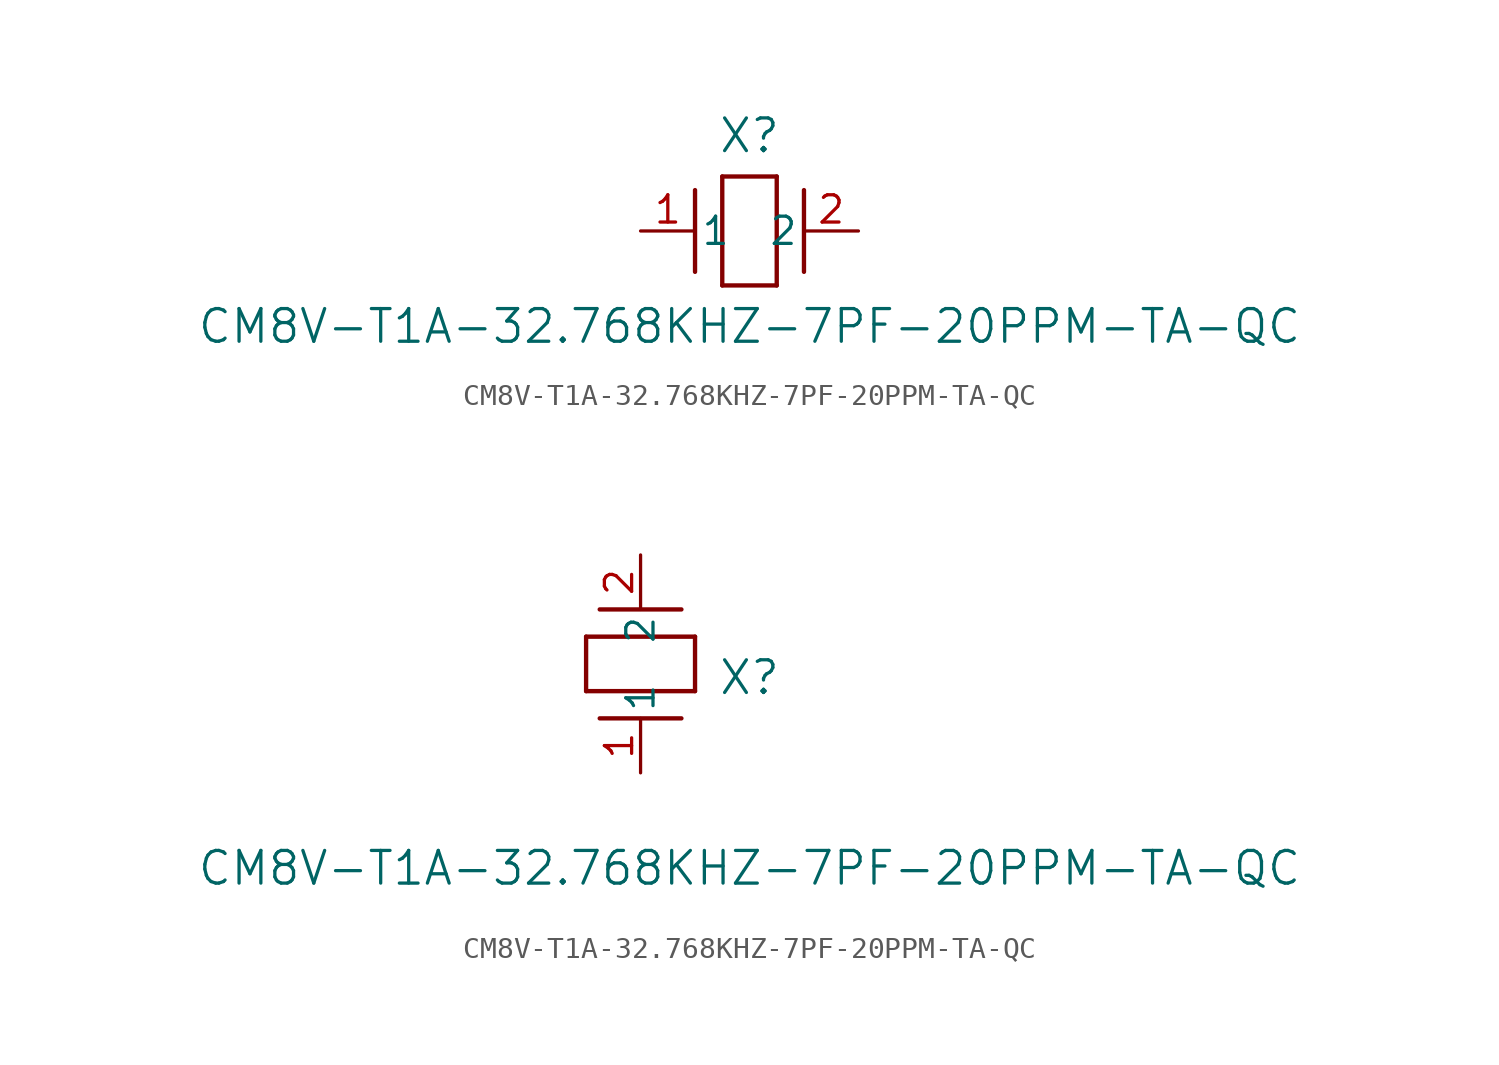
<source format=kicad_sym>
(kicad_symbol_lib
  (version 20211014)
  (generator kicad_symbol_editor)
  (symbol "CM8V-T1A-32.768KHZ-7PF-20PPM-TA-QC"
    (pin_names
      (offset 0.254))
    (property "Reference" "X"
      (at 5.08 4.445 0)
      (effects (font (size 1.524 1.524))))
    (property "Value" "CM8V-T1A-32.768KHZ-7PF-20PPM-TA-QC"
      (at 5.08 -4.445 0)
      (effects (font (size 1.524 1.524))))
    (symbol "CM8V-T1A-32.768KHZ-7PF-20PPM-TA-QC_1_1"
      (polyline (pts (xy 2.54 -1.905) (xy 2.54 1.905)) (stroke (width 0.203) (type default) (color 0 0 0 0)) (fill (type none)))
      (polyline (pts (xy 6.35 2.54) (xy 6.35 -2.54)) (stroke (width 0.203) (type default) (color 0 0 0 0)) (fill (type none)))
      (polyline (pts (xy 7.62 -1.905) (xy 7.62 1.905)) (stroke (width 0.203) (type default) (color 0 0 0 0)) (fill (type none)))
      (polyline (pts (xy 6.35 -2.54) (xy 3.81 -2.54)) (stroke (width 0.203) (type default) (color 0 0 0 0)) (fill (type none)))
      (polyline (pts (xy 3.81 2.54) (xy 6.35 2.54)) (stroke (width 0.203) (type default) (color 0 0 0 0)) (fill (type none)))
      (polyline (pts (xy 3.81 -2.54) (xy 3.81 2.54)) (stroke (width 0.203) (type default) (color 0 0 0 0)) (fill (type none)))
      (pin unspecified line (at 0 0 0) (length 2.54) (name "1" (effects (font (size 1.27 1.27)))) (number "1" (effects (font (size 1.27 1.27)))))
      (pin unspecified line (at 10.16 0 180) (length 2.54) (name "2" (effects (font (size 1.27 1.27)))) (number "2" (effects (font (size 1.27 1.27))))))
    (symbol "CM8V-T1A-32.768KHZ-7PF-20PPM-TA-QC_1_2"
      (polyline (pts (xy 1.905 7.62) (xy -1.905 7.62)) (stroke (width 0.203) (type default) (color 0 0 0 0)) (fill (type none)))
      (polyline (pts (xy -2.54 3.81) (xy -2.54 6.35)) (stroke (width 0.203) (type default) (color 0 0 0 0)) (fill (type none)))
      (polyline (pts (xy 1.905 2.54) (xy -1.905 2.54)) (stroke (width 0.203) (type default) (color 0 0 0 0)) (fill (type none)))
      (polyline (pts (xy 2.54 6.35) (xy 2.54 3.81)) (stroke (width 0.203) (type default) (color 0 0 0 0)) (fill (type none)))
      (polyline (pts (xy -2.54 6.35) (xy 2.54 6.35)) (stroke (width 0.203) (type default) (color 0 0 0 0)) (fill (type none)))
      (polyline (pts (xy 2.54 3.81) (xy -2.54 3.81)) (stroke (width 0.203) (type default) (color 0 0 0 0)) (fill (type none)))
      (pin unspecified line (at 0 0 90) (length 2.54) (name "1" (effects (font (size 1.27 1.27)))) (number "1" (effects (font (size 1.27 1.27)))))
      (pin unspecified line (at 0 10.16 270) (length 2.54) (name "2" (effects (font (size 1.27 1.27)))) (number "2" (effects (font (size 1.27 1.27))))))))
</source>
